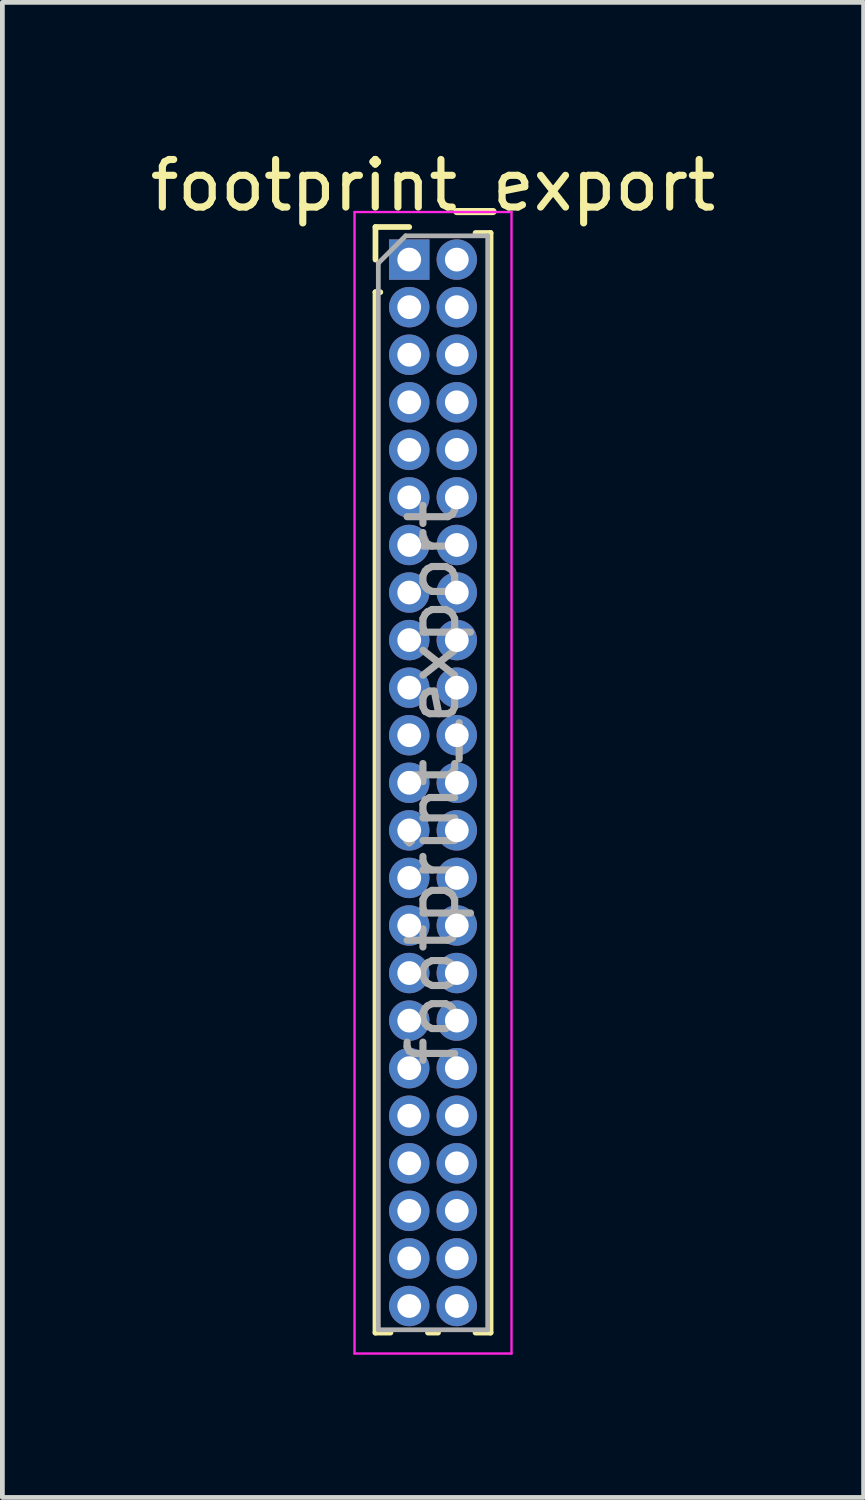
<source format=kicad_pcb>
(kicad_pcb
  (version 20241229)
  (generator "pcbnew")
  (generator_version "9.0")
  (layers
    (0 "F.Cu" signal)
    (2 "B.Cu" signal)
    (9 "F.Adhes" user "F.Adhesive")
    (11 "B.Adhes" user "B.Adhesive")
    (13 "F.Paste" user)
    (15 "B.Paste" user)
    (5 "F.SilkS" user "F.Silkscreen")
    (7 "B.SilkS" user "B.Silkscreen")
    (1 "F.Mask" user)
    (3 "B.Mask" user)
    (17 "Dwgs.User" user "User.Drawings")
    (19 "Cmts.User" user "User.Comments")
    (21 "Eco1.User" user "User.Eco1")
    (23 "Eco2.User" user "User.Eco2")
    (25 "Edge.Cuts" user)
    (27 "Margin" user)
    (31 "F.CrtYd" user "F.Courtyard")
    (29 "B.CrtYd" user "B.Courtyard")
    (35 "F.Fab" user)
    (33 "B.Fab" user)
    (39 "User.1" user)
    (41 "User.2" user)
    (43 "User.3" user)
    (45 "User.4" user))
  (footprint "footprint_export"
    (layer "F.Cu")
    (at 5.554 2.408)
    (property "Reference" "footprint_export" (at 0.5 -1.56 0) (layer "F.SilkS") (effects (font (size 1 1) (thickness 0.15))))
    (attr through_hole)
    (fp_line (start -0.71 -0.685) (end 0 -0.685) (stroke (width 0.12) (type solid)) (layer "F.SilkS"))
    (fp_line (start -0.71 0) (end -0.71 -0.685) (stroke (width 0.12) (type solid)) (layer "F.SilkS"))
    (fp_line (start -0.71 0.685) (end -0.71 22.56) (stroke (width 0.12) (type solid)) (layer "F.SilkS"))
    (fp_line (start -0.71 0.685) (end -0.608 0.685) (stroke (width 0.12) (type solid)) (layer "F.SilkS"))
    (fp_line (start -0.71 22.56) (end -0.394 22.56) (stroke (width 0.12) (type solid)) (layer "F.SilkS"))
    (fp_line (start 0.394 22.56) (end 0.606 22.56) (stroke (width 0.12) (type solid)) (layer "F.SilkS"))
    (fp_line (start 1.394 -0.56) (end 1.71 -0.56) (stroke (width 0.12) (type solid)) (layer "F.SilkS"))
    (fp_line (start 1.394 22.56) (end 1.71 22.56) (stroke (width 0.12) (type solid)) (layer "F.SilkS"))
    (fp_line (start 1.71 -0.56) (end 1.71 22.56) (stroke (width 0.12) (type solid)) (layer "F.SilkS"))
    (fp_line (start -1.15 -1) (end -1.15 23) (stroke (width 0.05) (type solid)) (layer "F.CrtYd"))
    (fp_line (start -1.15 23) (end 2.15 23) (stroke (width 0.05) (type solid)) (layer "F.CrtYd"))
    (fp_line (start 2.15 -1) (end -1.15 -1) (stroke (width 0.05) (type solid)) (layer "F.CrtYd"))
    (fp_line (start 2.15 23) (end 2.15 -1) (stroke (width 0.05) (type solid)) (layer "F.CrtYd"))
    (fp_line (start -0.65 0.075) (end -0.075 -0.5) (stroke (width 0.1) (type solid)) (layer "F.Fab"))
    (fp_line (start -0.65 22.5) (end -0.65 0.075) (stroke (width 0.1) (type solid)) (layer "F.Fab"))
    (fp_line (start -0.075 -0.5) (end 1.65 -0.5) (stroke (width 0.1) (type solid)) (layer "F.Fab"))
    (fp_line (start 1.65 -0.5) (end 1.65 22.5) (stroke (width 0.1) (type solid)) (layer "F.Fab"))
    (fp_line (start 1.65 22.5) (end -0.65 22.5) (stroke (width 0.1) (type solid)) (layer "F.Fab"))
    (fp_text user "${REFERENCE}" (at 0.5 11 90) (layer "F.Fab") (effects (font (size 1 1) (thickness 0.15))))
    (pad "1" thru_hole rect (at 0 0) (size 0.85 0.85) (drill 0.5) (layers "*.Cu" "*.Mask"))
    (pad "2" thru_hole oval (at 1 0) (size 0.85 0.85) (drill 0.5) (layers "*.Cu" "*.Mask"))
    (pad "3" thru_hole oval (at 0 1) (size 0.85 0.85) (drill 0.5) (layers "*.Cu" "*.Mask"))
    (pad "4" thru_hole oval (at 1 1) (size 0.85 0.85) (drill 0.5) (layers "*.Cu" "*.Mask"))
    (pad "5" thru_hole oval (at 0 2) (size 0.85 0.85) (drill 0.5) (layers "*.Cu" "*.Mask"))
    (pad "6" thru_hole oval (at 1 2) (size 0.85 0.85) (drill 0.5) (layers "*.Cu" "*.Mask"))
    (pad "7" thru_hole oval (at 0 3) (size 0.85 0.85) (drill 0.5) (layers "*.Cu" "*.Mask"))
    (pad "8" thru_hole oval (at 1 3) (size 0.85 0.85) (drill 0.5) (layers "*.Cu" "*.Mask"))
    (pad "9" thru_hole oval (at 0 4) (size 0.85 0.85) (drill 0.5) (layers "*.Cu" "*.Mask"))
    (pad "10" thru_hole oval (at 1 4) (size 0.85 0.85) (drill 0.5) (layers "*.Cu" "*.Mask"))
    (pad "11" thru_hole oval (at 0 5) (size 0.85 0.85) (drill 0.5) (layers "*.Cu" "*.Mask"))
    (pad "12" thru_hole oval (at 1 5) (size 0.85 0.85) (drill 0.5) (layers "*.Cu" "*.Mask"))
    (pad "13" thru_hole oval (at 0 6) (size 0.85 0.85) (drill 0.5) (layers "*.Cu" "*.Mask"))
    (pad "14" thru_hole oval (at 1 6) (size 0.85 0.85) (drill 0.5) (layers "*.Cu" "*.Mask"))
    (pad "15" thru_hole oval (at 0 7) (size 0.85 0.85) (drill 0.5) (layers "*.Cu" "*.Mask"))
    (pad "16" thru_hole oval (at 1 7) (size 0.85 0.85) (drill 0.5) (layers "*.Cu" "*.Mask"))
    (pad "17" thru_hole oval (at 0 8) (size 0.85 0.85) (drill 0.5) (layers "*.Cu" "*.Mask"))
    (pad "18" thru_hole oval (at 1 8) (size 0.85 0.85) (drill 0.5) (layers "*.Cu" "*.Mask"))
    (pad "19" thru_hole oval (at 0 9) (size 0.85 0.85) (drill 0.5) (layers "*.Cu" "*.Mask"))
    (pad "20" thru_hole oval (at 1 9) (size 0.85 0.85) (drill 0.5) (layers "*.Cu" "*.Mask"))
    (pad "21" thru_hole oval (at 0 10) (size 0.85 0.85) (drill 0.5) (layers "*.Cu" "*.Mask"))
    (pad "22" thru_hole oval (at 1 10) (size 0.85 0.85) (drill 0.5) (layers "*.Cu" "*.Mask"))
    (pad "23" thru_hole oval (at 0 11) (size 0.85 0.85) (drill 0.5) (layers "*.Cu" "*.Mask"))
    (pad "24" thru_hole oval (at 1 11) (size 0.85 0.85) (drill 0.5) (layers "*.Cu" "*.Mask"))
    (pad "25" thru_hole oval (at 0 12) (size 0.85 0.85) (drill 0.5) (layers "*.Cu" "*.Mask"))
    (pad "26" thru_hole oval (at 1 12) (size 0.85 0.85) (drill 0.5) (layers "*.Cu" "*.Mask"))
    (pad "27" thru_hole oval (at 0 13) (size 0.85 0.85) (drill 0.5) (layers "*.Cu" "*.Mask"))
    (pad "28" thru_hole oval (at 1 13) (size 0.85 0.85) (drill 0.5) (layers "*.Cu" "*.Mask"))
    (pad "29" thru_hole oval (at 0 14) (size 0.85 0.85) (drill 0.5) (layers "*.Cu" "*.Mask"))
    (pad "30" thru_hole oval (at 1 14) (size 0.85 0.85) (drill 0.5) (layers "*.Cu" "*.Mask"))
    (pad "31" thru_hole oval (at 0 15) (size 0.85 0.85) (drill 0.5) (layers "*.Cu" "*.Mask"))
    (pad "32" thru_hole oval (at 1 15) (size 0.85 0.85) (drill 0.5) (layers "*.Cu" "*.Mask"))
    (pad "33" thru_hole oval (at 0 16) (size 0.85 0.85) (drill 0.5) (layers "*.Cu" "*.Mask"))
    (pad "34" thru_hole oval (at 1 16) (size 0.85 0.85) (drill 0.5) (layers "*.Cu" "*.Mask"))
    (pad "35" thru_hole oval (at 0 17) (size 0.85 0.85) (drill 0.5) (layers "*.Cu" "*.Mask"))
    (pad "36" thru_hole oval (at 1 17) (size 0.85 0.85) (drill 0.5) (layers "*.Cu" "*.Mask"))
    (pad "37" thru_hole oval (at 0 18) (size 0.85 0.85) (drill 0.5) (layers "*.Cu" "*.Mask"))
    (pad "38" thru_hole oval (at 1 18) (size 0.85 0.85) (drill 0.5) (layers "*.Cu" "*.Mask"))
    (pad "39" thru_hole oval (at 0 19) (size 0.85 0.85) (drill 0.5) (layers "*.Cu" "*.Mask"))
    (pad "40" thru_hole oval (at 1 19) (size 0.85 0.85) (drill 0.5) (layers "*.Cu" "*.Mask"))
    (pad "41" thru_hole oval (at 0 20) (size 0.85 0.85) (drill 0.5) (layers "*.Cu" "*.Mask"))
    (pad "42" thru_hole oval (at 1 20) (size 0.85 0.85) (drill 0.5) (layers "*.Cu" "*.Mask"))
    (pad "43" thru_hole oval (at 0 21) (size 0.85 0.85) (drill 0.5) (layers "*.Cu" "*.Mask"))
    (pad "44" thru_hole oval (at 1 21) (size 0.85 0.85) (drill 0.5) (layers "*.Cu" "*.Mask"))
    (pad "45" thru_hole oval (at 0 22) (size 0.85 0.85) (drill 0.5) (layers "*.Cu" "*.Mask"))
    (pad "46" thru_hole oval (at 1 22) (size 0.85 0.85) (drill 0.5) (layers "*.Cu" "*.Mask")))
  (gr_rect
    (start -3 -3)
    (end 15.107 28.433)
    (stroke (width 0.1) (type default))
    (fill no)
    (layer "Edge.Cuts")))
</source>
